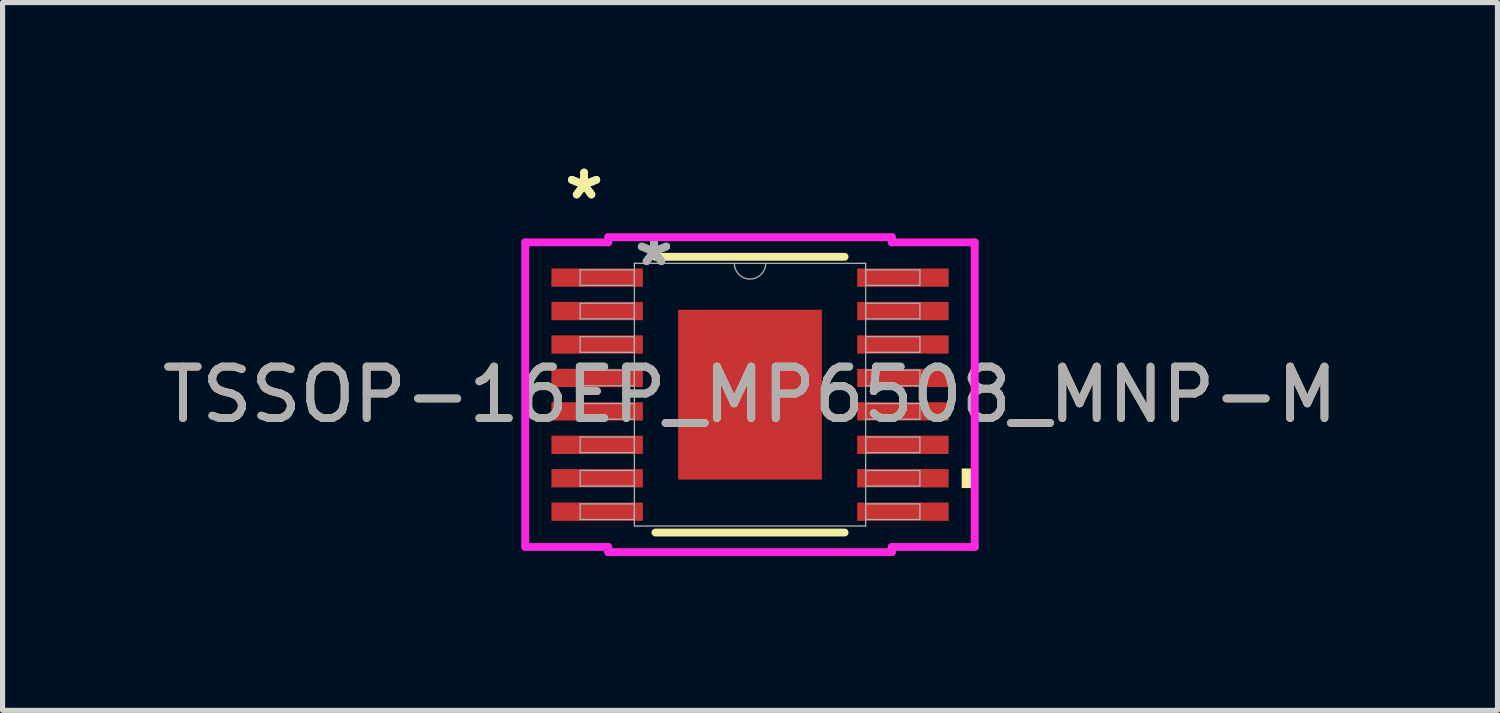
<source format=kicad_pcb>
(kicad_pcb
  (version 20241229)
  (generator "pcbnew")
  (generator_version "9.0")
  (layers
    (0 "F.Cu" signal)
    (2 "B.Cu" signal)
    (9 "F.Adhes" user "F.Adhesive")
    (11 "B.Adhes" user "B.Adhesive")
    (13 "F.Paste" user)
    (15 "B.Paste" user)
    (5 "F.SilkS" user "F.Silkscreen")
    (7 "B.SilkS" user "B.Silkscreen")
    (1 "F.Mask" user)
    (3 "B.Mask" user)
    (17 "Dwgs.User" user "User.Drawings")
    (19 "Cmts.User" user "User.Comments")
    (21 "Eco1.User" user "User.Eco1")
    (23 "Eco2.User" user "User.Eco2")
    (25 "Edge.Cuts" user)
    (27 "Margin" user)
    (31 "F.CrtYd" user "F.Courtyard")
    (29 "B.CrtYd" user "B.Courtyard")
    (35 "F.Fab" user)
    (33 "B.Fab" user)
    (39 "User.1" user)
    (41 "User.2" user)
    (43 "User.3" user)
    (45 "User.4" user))
  (footprint "TSSOP-16EP_MP6508_MNP-M"
    (layer "F.Cu")
    (at 11.53 4.622)
    (property "Reference" "TSSOP-16EP_MP6508_MNP-M" (at 0 0 0) (unlocked yes) (layer "F.SilkS") (effects (font (size 1 1) (thickness 0.15))))
    (attr smd)
    (fp_line (start -1.839 2.68) (end 1.839 2.68) (stroke (width 0.152) (type solid)) (layer "F.SilkS"))
    (fp_line (start 1.839 -2.68) (end -1.839 -2.68) (stroke (width 0.152) (type solid)) (layer "F.SilkS"))
    (fp_poly (pts (xy 4.369 1.435) (xy 4.369 1.816) (xy 4.115 1.816) (xy 4.115 1.435)) (stroke (width 0) (type solid)) (fill yes) (layer "F.SilkS"))
    (fp_poly (pts (xy -1.297 -1.551) (xy -1.297 -0.1) (xy -0.1 -0.1) (xy -0.1 -1.551)) (stroke (width 0) (type solid)) (fill yes) (layer "F.Paste"))
    (fp_poly (pts (xy -1.297 0.1) (xy -1.297 1.551) (xy -0.1 1.551) (xy -0.1 0.1)) (stroke (width 0) (type solid)) (fill yes) (layer "F.Paste"))
    (fp_poly (pts (xy 0.1 -1.551) (xy 0.1 -0.1) (xy 1.297 -0.1) (xy 1.297 -1.551)) (stroke (width 0) (type solid)) (fill yes) (layer "F.Paste"))
    (fp_poly (pts (xy 0.1 0.1) (xy 0.1 1.551) (xy 1.297 1.551) (xy 1.297 0.1)) (stroke (width 0) (type solid)) (fill yes) (layer "F.Paste"))
    (fp_line (start -4.369 -2.961) (end -2.756 -2.961) (stroke (width 0.152) (type solid)) (layer "F.CrtYd"))
    (fp_line (start -4.369 2.961) (end -4.369 -2.961) (stroke (width 0.152) (type solid)) (layer "F.CrtYd"))
    (fp_line (start -4.369 2.961) (end -2.756 2.961) (stroke (width 0.152) (type solid)) (layer "F.CrtYd"))
    (fp_line (start -2.756 -3.061) (end 2.756 -3.061) (stroke (width 0.152) (type solid)) (layer "F.CrtYd"))
    (fp_line (start -2.756 -2.961) (end -2.756 -3.061) (stroke (width 0.152) (type solid)) (layer "F.CrtYd"))
    (fp_line (start -2.756 3.061) (end -2.756 2.961) (stroke (width 0.152) (type solid)) (layer "F.CrtYd"))
    (fp_line (start 2.756 -3.061) (end 2.756 -2.961) (stroke (width 0.152) (type solid)) (layer "F.CrtYd"))
    (fp_line (start 2.756 2.961) (end 2.756 3.061) (stroke (width 0.152) (type solid)) (layer "F.CrtYd"))
    (fp_line (start 2.756 3.061) (end -2.756 3.061) (stroke (width 0.152) (type solid)) (layer "F.CrtYd"))
    (fp_line (start 4.369 -2.961) (end 2.756 -2.961) (stroke (width 0.152) (type solid)) (layer "F.CrtYd"))
    (fp_line (start 4.369 -2.961) (end 4.369 2.961) (stroke (width 0.152) (type solid)) (layer "F.CrtYd"))
    (fp_line (start 4.369 2.961) (end 2.756 2.961) (stroke (width 0.152) (type solid)) (layer "F.CrtYd"))
    (fp_line (start -3.302 -2.427) (end -3.302 -2.123) (stroke (width 0.025) (type solid)) (layer "F.Fab"))
    (fp_line (start -3.302 -2.123) (end -2.248 -2.123) (stroke (width 0.025) (type solid)) (layer "F.Fab"))
    (fp_line (start -3.302 -1.777) (end -3.302 -1.473) (stroke (width 0.025) (type solid)) (layer "F.Fab"))
    (fp_line (start -3.302 -1.473) (end -2.248 -1.473) (stroke (width 0.025) (type solid)) (layer "F.Fab"))
    (fp_line (start -3.302 -1.127) (end -3.302 -0.823) (stroke (width 0.025) (type solid)) (layer "F.Fab"))
    (fp_line (start -3.302 -0.823) (end -2.248 -0.823) (stroke (width 0.025) (type solid)) (layer "F.Fab"))
    (fp_line (start -3.302 -0.477) (end -3.302 -0.173) (stroke (width 0.025) (type solid)) (layer "F.Fab"))
    (fp_line (start -3.302 -0.173) (end -2.248 -0.173) (stroke (width 0.025) (type solid)) (layer "F.Fab"))
    (fp_line (start -3.302 0.173) (end -3.302 0.477) (stroke (width 0.025) (type solid)) (layer "F.Fab"))
    (fp_line (start -3.302 0.477) (end -2.248 0.477) (stroke (width 0.025) (type solid)) (layer "F.Fab"))
    (fp_line (start -3.302 0.823) (end -3.302 1.127) (stroke (width 0.025) (type solid)) (layer "F.Fab"))
    (fp_line (start -3.302 1.127) (end -2.248 1.127) (stroke (width 0.025) (type solid)) (layer "F.Fab"))
    (fp_line (start -3.302 1.473) (end -3.302 1.777) (stroke (width 0.025) (type solid)) (layer "F.Fab"))
    (fp_line (start -3.302 1.777) (end -2.248 1.777) (stroke (width 0.025) (type solid)) (layer "F.Fab"))
    (fp_line (start -3.302 2.123) (end -3.302 2.427) (stroke (width 0.025) (type solid)) (layer "F.Fab"))
    (fp_line (start -3.302 2.427) (end -2.248 2.427) (stroke (width 0.025) (type solid)) (layer "F.Fab"))
    (fp_line (start -2.248 -2.553) (end -2.248 2.553) (stroke (width 0.025) (type solid)) (layer "F.Fab"))
    (fp_line (start -2.248 -2.427) (end -3.302 -2.427) (stroke (width 0.025) (type solid)) (layer "F.Fab"))
    (fp_line (start -2.248 -2.123) (end -2.248 -2.427) (stroke (width 0.025) (type solid)) (layer "F.Fab"))
    (fp_line (start -2.248 -1.777) (end -3.302 -1.777) (stroke (width 0.025) (type solid)) (layer "F.Fab"))
    (fp_line (start -2.248 -1.473) (end -2.248 -1.777) (stroke (width 0.025) (type solid)) (layer "F.Fab"))
    (fp_line (start -2.248 -1.127) (end -3.302 -1.127) (stroke (width 0.025) (type solid)) (layer "F.Fab"))
    (fp_line (start -2.248 -0.823) (end -2.248 -1.127) (stroke (width 0.025) (type solid)) (layer "F.Fab"))
    (fp_line (start -2.248 -0.477) (end -3.302 -0.477) (stroke (width 0.025) (type solid)) (layer "F.Fab"))
    (fp_line (start -2.248 -0.173) (end -2.248 -0.477) (stroke (width 0.025) (type solid)) (layer "F.Fab"))
    (fp_line (start -2.248 0.173) (end -3.302 0.173) (stroke (width 0.025) (type solid)) (layer "F.Fab"))
    (fp_line (start -2.248 0.477) (end -2.248 0.173) (stroke (width 0.025) (type solid)) (layer "F.Fab"))
    (fp_line (start -2.248 0.823) (end -3.302 0.823) (stroke (width 0.025) (type solid)) (layer "F.Fab"))
    (fp_line (start -2.248 1.127) (end -2.248 0.823) (stroke (width 0.025) (type solid)) (layer "F.Fab"))
    (fp_line (start -2.248 1.473) (end -3.302 1.473) (stroke (width 0.025) (type solid)) (layer "F.Fab"))
    (fp_line (start -2.248 1.777) (end -2.248 1.473) (stroke (width 0.025) (type solid)) (layer "F.Fab"))
    (fp_line (start -2.248 2.123) (end -3.302 2.123) (stroke (width 0.025) (type solid)) (layer "F.Fab"))
    (fp_line (start -2.248 2.427) (end -2.248 2.123) (stroke (width 0.025) (type solid)) (layer "F.Fab"))
    (fp_line (start -2.248 2.553) (end 2.248 2.553) (stroke (width 0.025) (type solid)) (layer "F.Fab"))
    (fp_line (start 2.248 -2.553) (end -2.248 -2.553) (stroke (width 0.025) (type solid)) (layer "F.Fab"))
    (fp_line (start 2.248 -2.427) (end 2.248 -2.123) (stroke (width 0.025) (type solid)) (layer "F.Fab"))
    (fp_line (start 2.248 -2.123) (end 3.302 -2.123) (stroke (width 0.025) (type solid)) (layer "F.Fab"))
    (fp_line (start 2.248 -1.777) (end 2.248 -1.473) (stroke (width 0.025) (type solid)) (layer "F.Fab"))
    (fp_line (start 2.248 -1.473) (end 3.302 -1.473) (stroke (width 0.025) (type solid)) (layer "F.Fab"))
    (fp_line (start 2.248 -1.127) (end 2.248 -0.823) (stroke (width 0.025) (type solid)) (layer "F.Fab"))
    (fp_line (start 2.248 -0.823) (end 3.302 -0.823) (stroke (width 0.025) (type solid)) (layer "F.Fab"))
    (fp_line (start 2.248 -0.477) (end 2.248 -0.173) (stroke (width 0.025) (type solid)) (layer "F.Fab"))
    (fp_line (start 2.248 -0.173) (end 3.302 -0.173) (stroke (width 0.025) (type solid)) (layer "F.Fab"))
    (fp_line (start 2.248 0.173) (end 2.248 0.477) (stroke (width 0.025) (type solid)) (layer "F.Fab"))
    (fp_line (start 2.248 0.477) (end 3.302 0.477) (stroke (width 0.025) (type solid)) (layer "F.Fab"))
    (fp_line (start 2.248 0.823) (end 2.248 1.127) (stroke (width 0.025) (type solid)) (layer "F.Fab"))
    (fp_line (start 2.248 1.127) (end 3.302 1.127) (stroke (width 0.025) (type solid)) (layer "F.Fab"))
    (fp_line (start 2.248 1.473) (end 2.248 1.777) (stroke (width 0.025) (type solid)) (layer "F.Fab"))
    (fp_line (start 2.248 1.777) (end 3.302 1.777) (stroke (width 0.025) (type solid)) (layer "F.Fab"))
    (fp_line (start 2.248 2.123) (end 2.248 2.427) (stroke (width 0.025) (type solid)) (layer "F.Fab"))
    (fp_line (start 2.248 2.427) (end 3.302 2.427) (stroke (width 0.025) (type solid)) (layer "F.Fab"))
    (fp_line (start 2.248 2.553) (end 2.248 -2.553) (stroke (width 0.025) (type solid)) (layer "F.Fab"))
    (fp_line (start 3.302 -2.427) (end 2.248 -2.427) (stroke (width 0.025) (type solid)) (layer "F.Fab"))
    (fp_line (start 3.302 -2.123) (end 3.302 -2.427) (stroke (width 0.025) (type solid)) (layer "F.Fab"))
    (fp_line (start 3.302 -1.777) (end 2.248 -1.777) (stroke (width 0.025) (type solid)) (layer "F.Fab"))
    (fp_line (start 3.302 -1.473) (end 3.302 -1.777) (stroke (width 0.025) (type solid)) (layer "F.Fab"))
    (fp_line (start 3.302 -1.127) (end 2.248 -1.127) (stroke (width 0.025) (type solid)) (layer "F.Fab"))
    (fp_line (start 3.302 -0.823) (end 3.302 -1.127) (stroke (width 0.025) (type solid)) (layer "F.Fab"))
    (fp_line (start 3.302 -0.477) (end 2.248 -0.477) (stroke (width 0.025) (type solid)) (layer "F.Fab"))
    (fp_line (start 3.302 -0.173) (end 3.302 -0.477) (stroke (width 0.025) (type solid)) (layer "F.Fab"))
    (fp_line (start 3.302 0.173) (end 2.248 0.173) (stroke (width 0.025) (type solid)) (layer "F.Fab"))
    (fp_line (start 3.302 0.477) (end 3.302 0.173) (stroke (width 0.025) (type solid)) (layer "F.Fab"))
    (fp_line (start 3.302 0.823) (end 2.248 0.823) (stroke (width 0.025) (type solid)) (layer "F.Fab"))
    (fp_line (start 3.302 1.127) (end 3.302 0.823) (stroke (width 0.025) (type solid)) (layer "F.Fab"))
    (fp_line (start 3.302 1.473) (end 2.248 1.473) (stroke (width 0.025) (type solid)) (layer "F.Fab"))
    (fp_line (start 3.302 1.777) (end 3.302 1.473) (stroke (width 0.025) (type solid)) (layer "F.Fab"))
    (fp_line (start 3.302 2.123) (end 2.248 2.123) (stroke (width 0.025) (type solid)) (layer "F.Fab"))
    (fp_line (start 3.302 2.427) (end 3.302 2.123) (stroke (width 0.025) (type solid)) (layer "F.Fab"))
    (fp_arc (start 0.3048 -2.5527) (mid 0 -2.2479) (end -0.3048 -2.5527) (stroke (width 0.0254) (type solid)) (layer "F.Fab"))
    (fp_text user "*" (at -3.226 -3.774 0) (layer "F.SilkS") (effects (font (size 1 1) (thickness 0.15))))
    (fp_text user "*" (at -3.226 -3.774 0) (unlocked yes) (layer "F.SilkS") (effects (font (size 1 1) (thickness 0.15))))
    (fp_text user "*" (at -1.867 -2.477 0) (unlocked yes) (layer "F.Fab") (effects (font (size 1 1) (thickness 0.15))))
    (fp_text user "${REFERENCE}" (at 0 0 0) (unlocked yes) (layer "F.Fab") (effects (font (size 1 1) (thickness 0.15))))
    (fp_text user "*" (at -1.867 -2.477 0) (layer "F.Fab") (effects (font (size 1 1) (thickness 0.15))))
    (pad "1" smd rect (at -2.972 -2.275) (size 1.778 0.356) (layers "F.Cu" "F.Mask" "F.Paste"))
    (pad "2" smd rect (at -2.972 -1.625) (size 1.778 0.356) (layers "F.Cu" "F.Mask" "F.Paste"))
    (pad "3" smd rect (at -2.972 -0.975) (size 1.778 0.356) (layers "F.Cu" "F.Mask" "F.Paste"))
    (pad "4" smd rect (at -2.972 -0.325) (size 1.778 0.356) (layers "F.Cu" "F.Mask" "F.Paste"))
    (pad "5" smd rect (at -2.972 0.325) (size 1.778 0.356) (layers "F.Cu" "F.Mask" "F.Paste"))
    (pad "6" smd rect (at -2.972 0.975) (size 1.778 0.356) (layers "F.Cu" "F.Mask" "F.Paste"))
    (pad "7" smd rect (at -2.972 1.625) (size 1.778 0.356) (layers "F.Cu" "F.Mask" "F.Paste"))
    (pad "8" smd rect (at -2.972 2.275) (size 1.778 0.356) (layers "F.Cu" "F.Mask" "F.Paste"))
    (pad "9" smd rect (at 2.972 2.275) (size 1.778 0.356) (layers "F.Cu" "F.Mask" "F.Paste"))
    (pad "10" smd rect (at 2.972 1.625) (size 1.778 0.356) (layers "F.Cu" "F.Mask" "F.Paste"))
    (pad "11" smd rect (at 2.972 0.975) (size 1.778 0.356) (layers "F.Cu" "F.Mask" "F.Paste"))
    (pad "12" smd rect (at 2.972 0.325) (size 1.778 0.356) (layers "F.Cu" "F.Mask" "F.Paste"))
    (pad "13" smd rect (at 2.972 -0.325) (size 1.778 0.356) (layers "F.Cu" "F.Mask" "F.Paste"))
    (pad "14" smd rect (at 2.972 -0.975) (size 1.778 0.356) (layers "F.Cu" "F.Mask" "F.Paste"))
    (pad "15" smd rect (at 2.972 -1.625) (size 1.778 0.356) (layers "F.Cu" "F.Mask" "F.Paste"))
    (pad "16" smd rect (at 2.972 -2.275) (size 1.778 0.356) (layers "F.Cu" "F.Mask" "F.Paste"))
    (pad "EPAD" smd rect (at 0 0) (size 2.794 3.302) (layers "F.Cu" "F.Mask")))
  (gr_rect
    (start -3 -3)
    (end 26.06 10.759)
    (stroke (width 0.1) (type default))
    (fill no)
    (layer "Edge.Cuts")))
</source>
